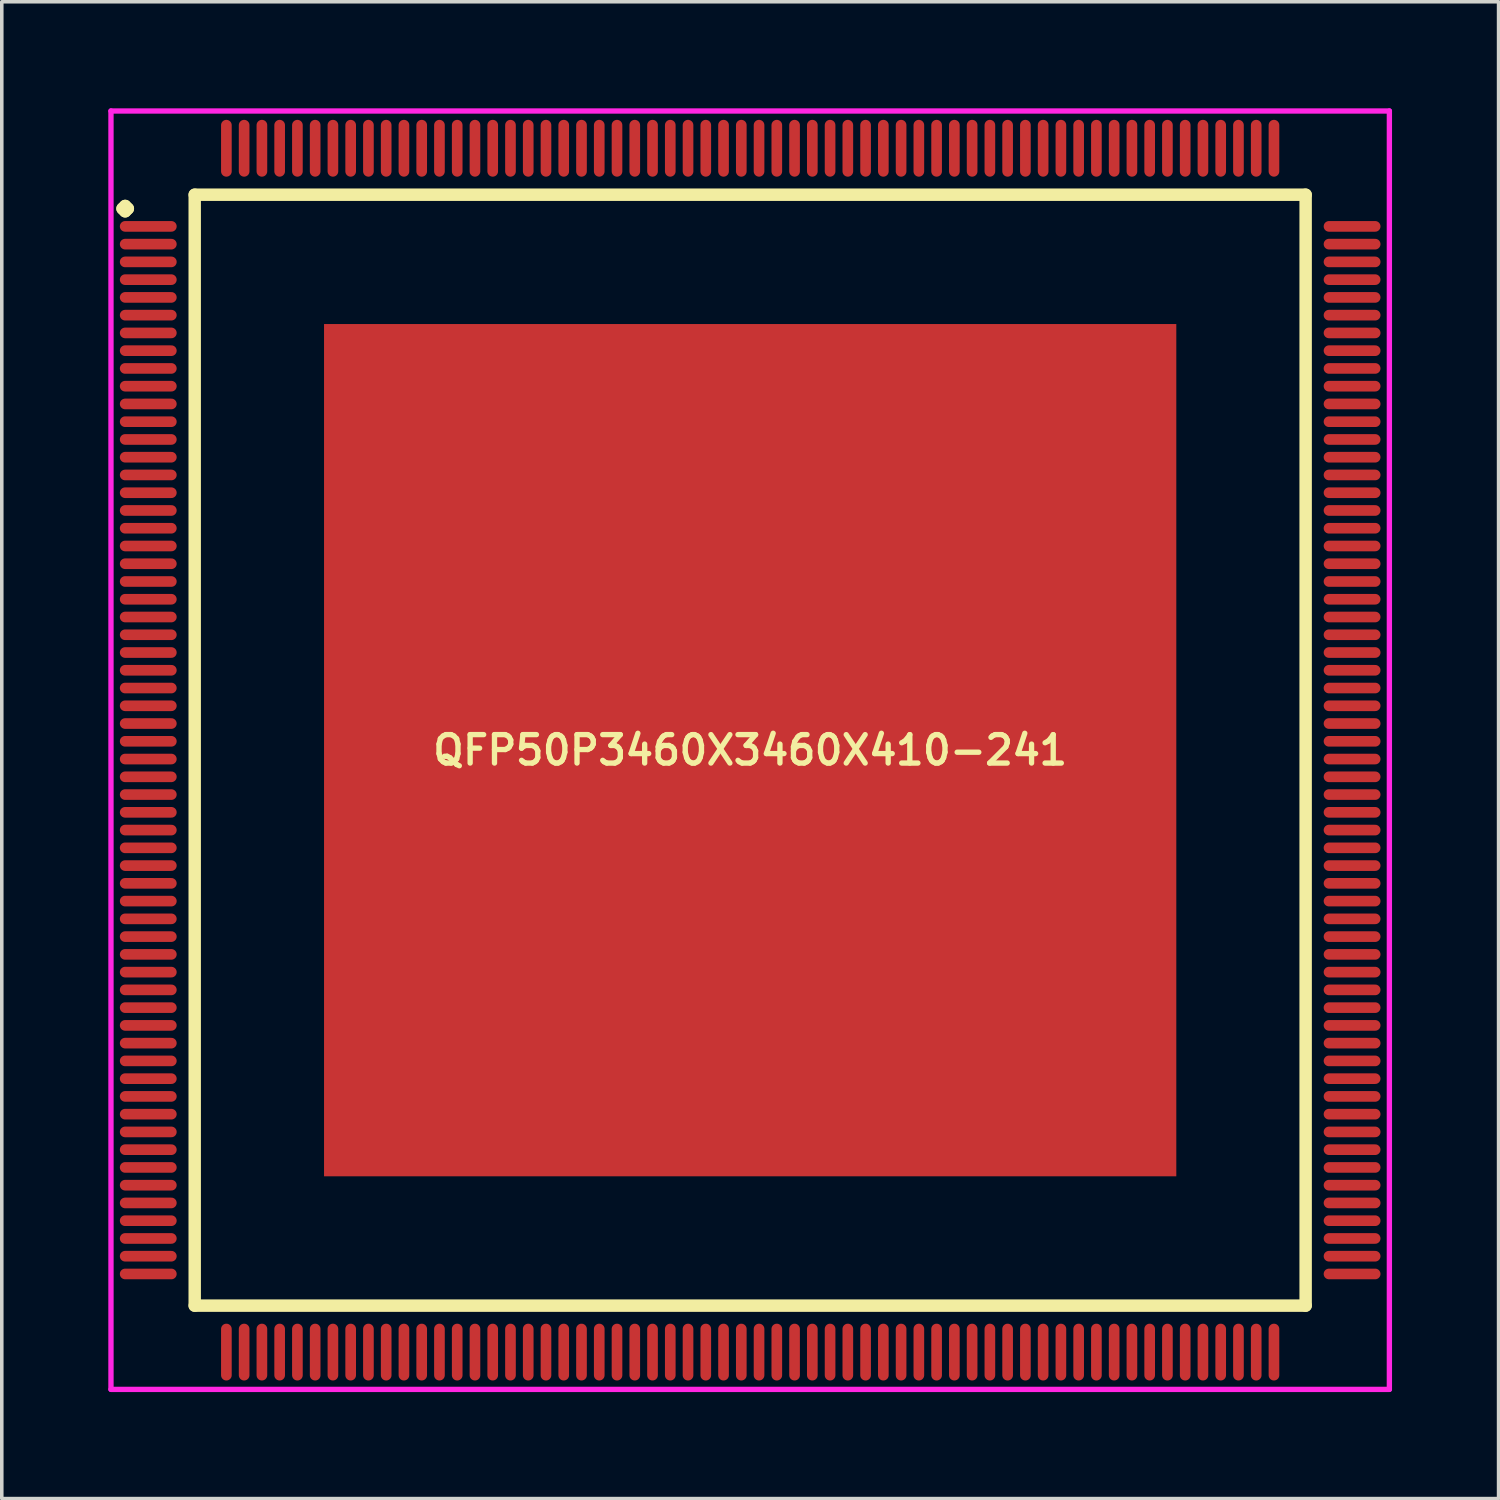
<source format=kicad_pcb>
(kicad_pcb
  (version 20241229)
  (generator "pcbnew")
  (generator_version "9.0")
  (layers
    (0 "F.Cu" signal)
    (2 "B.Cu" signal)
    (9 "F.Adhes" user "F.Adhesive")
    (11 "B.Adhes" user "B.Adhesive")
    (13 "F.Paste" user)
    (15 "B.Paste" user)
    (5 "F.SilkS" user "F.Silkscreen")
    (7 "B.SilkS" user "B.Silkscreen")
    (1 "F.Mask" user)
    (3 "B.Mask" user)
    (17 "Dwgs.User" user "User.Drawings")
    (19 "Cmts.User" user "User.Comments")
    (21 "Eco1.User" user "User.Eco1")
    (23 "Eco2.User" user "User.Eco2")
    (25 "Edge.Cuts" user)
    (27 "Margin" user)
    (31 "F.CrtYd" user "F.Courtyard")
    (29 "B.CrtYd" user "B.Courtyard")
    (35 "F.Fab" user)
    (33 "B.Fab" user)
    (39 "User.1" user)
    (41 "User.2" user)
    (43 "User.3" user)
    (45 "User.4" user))
  (footprint "QFP50P3460X3460X410-241"
    (layer "F.Cu")
    (at 18.075 18.075)
    (property "Reference" "QFP50P3460X3460X410-241" (at 0 0 0) (layer "F.SilkS") (effects (font (size 0.8 0.8) (thickness 0.15))))
    (attr smd)
    (fp_line (start -17.675 -15.25) (end -17.6 -15.325) (stroke (width 0.35) (type solid)) (layer "F.SilkS"))
    (fp_line (start -17.6 -15.325) (end -17.525 -15.25) (stroke (width 0.35) (type solid)) (layer "F.SilkS"))
    (fp_line (start -17.6 -15.175) (end -17.675 -15.25) (stroke (width 0.35) (type solid)) (layer "F.SilkS"))
    (fp_line (start -17.525 -15.25) (end -17.6 -15.175) (stroke (width 0.35) (type solid)) (layer "F.SilkS"))
    (fp_line (start -15.642 -15.642) (end -15.642 15.642) (stroke (width 0.35) (type solid)) (layer "F.SilkS"))
    (fp_line (start -15.642 15.642) (end 15.642 15.642) (stroke (width 0.35) (type solid)) (layer "F.SilkS"))
    (fp_line (start 15.642 -15.642) (end -15.642 -15.642) (stroke (width 0.35) (type solid)) (layer "F.SilkS"))
    (fp_line (start 15.642 15.642) (end 15.642 -15.642) (stroke (width 0.35) (type solid)) (layer "F.SilkS"))
    (fp_line (start -18 -18) (end 18 -18) (stroke (width 0.15) (type solid)) (layer "F.CrtYd"))
    (fp_line (start -18 18) (end -18 -18) (stroke (width 0.15) (type solid)) (layer "F.CrtYd"))
    (fp_line (start 18 -18) (end 18 18) (stroke (width 0.15) (type solid)) (layer "F.CrtYd"))
    (fp_line (start 18 18) (end -18 18) (stroke (width 0.15) (type solid)) (layer "F.CrtYd"))
    (pad "1" smd oval (at -16.95 -14.75) (size 1.6 0.3) (layers "F.Cu" "F.Mask" "F.Paste"))
    (pad "2" smd oval (at -16.95 -14.25) (size 1.6 0.3) (layers "F.Cu" "F.Mask" "F.Paste"))
    (pad "3" smd oval (at -16.95 -13.75) (size 1.6 0.3) (layers "F.Cu" "F.Mask" "F.Paste"))
    (pad "4" smd oval (at -16.95 -13.25) (size 1.6 0.3) (layers "F.Cu" "F.Mask" "F.Paste"))
    (pad "5" smd oval (at -16.95 -12.75) (size 1.6 0.3) (layers "F.Cu" "F.Mask" "F.Paste"))
    (pad "6" smd oval (at -16.95 -12.25) (size 1.6 0.3) (layers "F.Cu" "F.Mask" "F.Paste"))
    (pad "7" smd oval (at -16.95 -11.75) (size 1.6 0.3) (layers "F.Cu" "F.Mask" "F.Paste"))
    (pad "8" smd oval (at -16.95 -11.25) (size 1.6 0.3) (layers "F.Cu" "F.Mask" "F.Paste"))
    (pad "9" smd oval (at -16.95 -10.75) (size 1.6 0.3) (layers "F.Cu" "F.Mask" "F.Paste"))
    (pad "10" smd oval (at -16.95 -10.25) (size 1.6 0.3) (layers "F.Cu" "F.Mask" "F.Paste"))
    (pad "11" smd oval (at -16.95 -9.75) (size 1.6 0.3) (layers "F.Cu" "F.Mask" "F.Paste"))
    (pad "12" smd oval (at -16.95 -9.25) (size 1.6 0.3) (layers "F.Cu" "F.Mask" "F.Paste"))
    (pad "13" smd oval (at -16.95 -8.75) (size 1.6 0.3) (layers "F.Cu" "F.Mask" "F.Paste"))
    (pad "14" smd oval (at -16.95 -8.25) (size 1.6 0.3) (layers "F.Cu" "F.Mask" "F.Paste"))
    (pad "15" smd oval (at -16.95 -7.75) (size 1.6 0.3) (layers "F.Cu" "F.Mask" "F.Paste"))
    (pad "16" smd oval (at -16.95 -7.25) (size 1.6 0.3) (layers "F.Cu" "F.Mask" "F.Paste"))
    (pad "17" smd oval (at -16.95 -6.75) (size 1.6 0.3) (layers "F.Cu" "F.Mask" "F.Paste"))
    (pad "18" smd oval (at -16.95 -6.25) (size 1.6 0.3) (layers "F.Cu" "F.Mask" "F.Paste"))
    (pad "19" smd oval (at -16.95 -5.75) (size 1.6 0.3) (layers "F.Cu" "F.Mask" "F.Paste"))
    (pad "20" smd oval (at -16.95 -5.25) (size 1.6 0.3) (layers "F.Cu" "F.Mask" "F.Paste"))
    (pad "21" smd oval (at -16.95 -4.75) (size 1.6 0.3) (layers "F.Cu" "F.Mask" "F.Paste"))
    (pad "22" smd oval (at -16.95 -4.25) (size 1.6 0.3) (layers "F.Cu" "F.Mask" "F.Paste"))
    (pad "23" smd oval (at -16.95 -3.75) (size 1.6 0.3) (layers "F.Cu" "F.Mask" "F.Paste"))
    (pad "24" smd oval (at -16.95 -3.25) (size 1.6 0.3) (layers "F.Cu" "F.Mask" "F.Paste"))
    (pad "25" smd oval (at -16.95 -2.75) (size 1.6 0.3) (layers "F.Cu" "F.Mask" "F.Paste"))
    (pad "26" smd oval (at -16.95 -2.25) (size 1.6 0.3) (layers "F.Cu" "F.Mask" "F.Paste"))
    (pad "27" smd oval (at -16.95 -1.75) (size 1.6 0.3) (layers "F.Cu" "F.Mask" "F.Paste"))
    (pad "28" smd oval (at -16.95 -1.25) (size 1.6 0.3) (layers "F.Cu" "F.Mask" "F.Paste"))
    (pad "29" smd oval (at -16.95 -0.75) (size 1.6 0.3) (layers "F.Cu" "F.Mask" "F.Paste"))
    (pad "30" smd oval (at -16.95 -0.25) (size 1.6 0.3) (layers "F.Cu" "F.Mask" "F.Paste"))
    (pad "31" smd oval (at -16.95 0.25) (size 1.6 0.3) (layers "F.Cu" "F.Mask" "F.Paste"))
    (pad "32" smd oval (at -16.95 0.75) (size 1.6 0.3) (layers "F.Cu" "F.Mask" "F.Paste"))
    (pad "33" smd oval (at -16.95 1.25) (size 1.6 0.3) (layers "F.Cu" "F.Mask" "F.Paste"))
    (pad "34" smd oval (at -16.95 1.75) (size 1.6 0.3) (layers "F.Cu" "F.Mask" "F.Paste"))
    (pad "35" smd oval (at -16.95 2.25) (size 1.6 0.3) (layers "F.Cu" "F.Mask" "F.Paste"))
    (pad "36" smd oval (at -16.95 2.75) (size 1.6 0.3) (layers "F.Cu" "F.Mask" "F.Paste"))
    (pad "37" smd oval (at -16.95 3.25) (size 1.6 0.3) (layers "F.Cu" "F.Mask" "F.Paste"))
    (pad "38" smd oval (at -16.95 3.75) (size 1.6 0.3) (layers "F.Cu" "F.Mask" "F.Paste"))
    (pad "39" smd oval (at -16.95 4.25) (size 1.6 0.3) (layers "F.Cu" "F.Mask" "F.Paste"))
    (pad "40" smd oval (at -16.95 4.75) (size 1.6 0.3) (layers "F.Cu" "F.Mask" "F.Paste"))
    (pad "41" smd oval (at -16.95 5.25) (size 1.6 0.3) (layers "F.Cu" "F.Mask" "F.Paste"))
    (pad "42" smd oval (at -16.95 5.75) (size 1.6 0.3) (layers "F.Cu" "F.Mask" "F.Paste"))
    (pad "43" smd oval (at -16.95 6.25) (size 1.6 0.3) (layers "F.Cu" "F.Mask" "F.Paste"))
    (pad "44" smd oval (at -16.95 6.75) (size 1.6 0.3) (layers "F.Cu" "F.Mask" "F.Paste"))
    (pad "45" smd oval (at -16.95 7.25) (size 1.6 0.3) (layers "F.Cu" "F.Mask" "F.Paste"))
    (pad "46" smd oval (at -16.95 7.75) (size 1.6 0.3) (layers "F.Cu" "F.Mask" "F.Paste"))
    (pad "47" smd oval (at -16.95 8.25) (size 1.6 0.3) (layers "F.Cu" "F.Mask" "F.Paste"))
    (pad "48" smd oval (at -16.95 8.75) (size 1.6 0.3) (layers "F.Cu" "F.Mask" "F.Paste"))
    (pad "49" smd oval (at -16.95 9.25) (size 1.6 0.3) (layers "F.Cu" "F.Mask" "F.Paste"))
    (pad "50" smd oval (at -16.95 9.75) (size 1.6 0.3) (layers "F.Cu" "F.Mask" "F.Paste"))
    (pad "51" smd oval (at -16.95 10.25) (size 1.6 0.3) (layers "F.Cu" "F.Mask" "F.Paste"))
    (pad "52" smd oval (at -16.95 10.75) (size 1.6 0.3) (layers "F.Cu" "F.Mask" "F.Paste"))
    (pad "53" smd oval (at -16.95 11.25) (size 1.6 0.3) (layers "F.Cu" "F.Mask" "F.Paste"))
    (pad "54" smd oval (at -16.95 11.75) (size 1.6 0.3) (layers "F.Cu" "F.Mask" "F.Paste"))
    (pad "55" smd oval (at -16.95 12.25) (size 1.6 0.3) (layers "F.Cu" "F.Mask" "F.Paste"))
    (pad "56" smd oval (at -16.95 12.75) (size 1.6 0.3) (layers "F.Cu" "F.Mask" "F.Paste"))
    (pad "57" smd oval (at -16.95 13.25) (size 1.6 0.3) (layers "F.Cu" "F.Mask" "F.Paste"))
    (pad "58" smd oval (at -16.95 13.75) (size 1.6 0.3) (layers "F.Cu" "F.Mask" "F.Paste"))
    (pad "59" smd oval (at -16.95 14.25) (size 1.6 0.3) (layers "F.Cu" "F.Mask" "F.Paste"))
    (pad "60" smd oval (at -16.95 14.75) (size 1.6 0.3) (layers "F.Cu" "F.Mask" "F.Paste"))
    (pad "61" smd oval (at -14.75 16.95) (size 0.3 1.6) (layers "F.Cu" "F.Mask" "F.Paste"))
    (pad "62" smd oval (at -14.25 16.95) (size 0.3 1.6) (layers "F.Cu" "F.Mask" "F.Paste"))
    (pad "63" smd oval (at -13.75 16.95) (size 0.3 1.6) (layers "F.Cu" "F.Mask" "F.Paste"))
    (pad "64" smd oval (at -13.25 16.95) (size 0.3 1.6) (layers "F.Cu" "F.Mask" "F.Paste"))
    (pad "65" smd oval (at -12.75 16.95) (size 0.3 1.6) (layers "F.Cu" "F.Mask" "F.Paste"))
    (pad "66" smd oval (at -12.25 16.95) (size 0.3 1.6) (layers "F.Cu" "F.Mask" "F.Paste"))
    (pad "67" smd oval (at -11.75 16.95) (size 0.3 1.6) (layers "F.Cu" "F.Mask" "F.Paste"))
    (pad "68" smd oval (at -11.25 16.95) (size 0.3 1.6) (layers "F.Cu" "F.Mask" "F.Paste"))
    (pad "69" smd oval (at -10.75 16.95) (size 0.3 1.6) (layers "F.Cu" "F.Mask" "F.Paste"))
    (pad "70" smd oval (at -10.25 16.95) (size 0.3 1.6) (layers "F.Cu" "F.Mask" "F.Paste"))
    (pad "71" smd oval (at -9.75 16.95) (size 0.3 1.6) (layers "F.Cu" "F.Mask" "F.Paste"))
    (pad "72" smd oval (at -9.25 16.95) (size 0.3 1.6) (layers "F.Cu" "F.Mask" "F.Paste"))
    (pad "73" smd oval (at -8.75 16.95) (size 0.3 1.6) (layers "F.Cu" "F.Mask" "F.Paste"))
    (pad "74" smd oval (at -8.25 16.95) (size 0.3 1.6) (layers "F.Cu" "F.Mask" "F.Paste"))
    (pad "75" smd oval (at -7.75 16.95) (size 0.3 1.6) (layers "F.Cu" "F.Mask" "F.Paste"))
    (pad "76" smd oval (at -7.25 16.95) (size 0.3 1.6) (layers "F.Cu" "F.Mask" "F.Paste"))
    (pad "77" smd oval (at -6.75 16.95) (size 0.3 1.6) (layers "F.Cu" "F.Mask" "F.Paste"))
    (pad "78" smd oval (at -6.25 16.95) (size 0.3 1.6) (layers "F.Cu" "F.Mask" "F.Paste"))
    (pad "79" smd oval (at -5.75 16.95) (size 0.3 1.6) (layers "F.Cu" "F.Mask" "F.Paste"))
    (pad "80" smd oval (at -5.25 16.95) (size 0.3 1.6) (layers "F.Cu" "F.Mask" "F.Paste"))
    (pad "81" smd oval (at -4.75 16.95) (size 0.3 1.6) (layers "F.Cu" "F.Mask" "F.Paste"))
    (pad "82" smd oval (at -4.25 16.95) (size 0.3 1.6) (layers "F.Cu" "F.Mask" "F.Paste"))
    (pad "83" smd oval (at -3.75 16.95) (size 0.3 1.6) (layers "F.Cu" "F.Mask" "F.Paste"))
    (pad "84" smd oval (at -3.25 16.95) (size 0.3 1.6) (layers "F.Cu" "F.Mask" "F.Paste"))
    (pad "85" smd oval (at -2.75 16.95) (size 0.3 1.6) (layers "F.Cu" "F.Mask" "F.Paste"))
    (pad "86" smd oval (at -2.25 16.95) (size 0.3 1.6) (layers "F.Cu" "F.Mask" "F.Paste"))
    (pad "87" smd oval (at -1.75 16.95) (size 0.3 1.6) (layers "F.Cu" "F.Mask" "F.Paste"))
    (pad "88" smd oval (at -1.25 16.95) (size 0.3 1.6) (layers "F.Cu" "F.Mask" "F.Paste"))
    (pad "89" smd oval (at -0.75 16.95) (size 0.3 1.6) (layers "F.Cu" "F.Mask" "F.Paste"))
    (pad "90" smd oval (at -0.25 16.95) (size 0.3 1.6) (layers "F.Cu" "F.Mask" "F.Paste"))
    (pad "91" smd oval (at 0.25 16.95) (size 0.3 1.6) (layers "F.Cu" "F.Mask" "F.Paste"))
    (pad "92" smd oval (at 0.75 16.95) (size 0.3 1.6) (layers "F.Cu" "F.Mask" "F.Paste"))
    (pad "93" smd oval (at 1.25 16.95) (size 0.3 1.6) (layers "F.Cu" "F.Mask" "F.Paste"))
    (pad "94" smd oval (at 1.75 16.95) (size 0.3 1.6) (layers "F.Cu" "F.Mask" "F.Paste"))
    (pad "95" smd oval (at 2.25 16.95) (size 0.3 1.6) (layers "F.Cu" "F.Mask" "F.Paste"))
    (pad "96" smd oval (at 2.75 16.95) (size 0.3 1.6) (layers "F.Cu" "F.Mask" "F.Paste"))
    (pad "97" smd oval (at 3.25 16.95) (size 0.3 1.6) (layers "F.Cu" "F.Mask" "F.Paste"))
    (pad "98" smd oval (at 3.75 16.95) (size 0.3 1.6) (layers "F.Cu" "F.Mask" "F.Paste"))
    (pad "99" smd oval (at 4.25 16.95) (size 0.3 1.6) (layers "F.Cu" "F.Mask" "F.Paste"))
    (pad "100" smd oval (at 4.75 16.95) (size 0.3 1.6) (layers "F.Cu" "F.Mask" "F.Paste"))
    (pad "101" smd oval (at 5.25 16.95) (size 0.3 1.6) (layers "F.Cu" "F.Mask" "F.Paste"))
    (pad "102" smd oval (at 5.75 16.95) (size 0.3 1.6) (layers "F.Cu" "F.Mask" "F.Paste"))
    (pad "103" smd oval (at 6.25 16.95) (size 0.3 1.6) (layers "F.Cu" "F.Mask" "F.Paste"))
    (pad "104" smd oval (at 6.75 16.95) (size 0.3 1.6) (layers "F.Cu" "F.Mask" "F.Paste"))
    (pad "105" smd oval (at 7.25 16.95) (size 0.3 1.6) (layers "F.Cu" "F.Mask" "F.Paste"))
    (pad "106" smd oval (at 7.75 16.95) (size 0.3 1.6) (layers "F.Cu" "F.Mask" "F.Paste"))
    (pad "107" smd oval (at 8.25 16.95) (size 0.3 1.6) (layers "F.Cu" "F.Mask" "F.Paste"))
    (pad "108" smd oval (at 8.75 16.95) (size 0.3 1.6) (layers "F.Cu" "F.Mask" "F.Paste"))
    (pad "109" smd oval (at 9.25 16.95) (size 0.3 1.6) (layers "F.Cu" "F.Mask" "F.Paste"))
    (pad "110" smd oval (at 9.75 16.95) (size 0.3 1.6) (layers "F.Cu" "F.Mask" "F.Paste"))
    (pad "111" smd oval (at 10.25 16.95) (size 0.3 1.6) (layers "F.Cu" "F.Mask" "F.Paste"))
    (pad "112" smd oval (at 10.75 16.95) (size 0.3 1.6) (layers "F.Cu" "F.Mask" "F.Paste"))
    (pad "113" smd oval (at 11.25 16.95) (size 0.3 1.6) (layers "F.Cu" "F.Mask" "F.Paste"))
    (pad "114" smd oval (at 11.75 16.95) (size 0.3 1.6) (layers "F.Cu" "F.Mask" "F.Paste"))
    (pad "115" smd oval (at 12.25 16.95) (size 0.3 1.6) (layers "F.Cu" "F.Mask" "F.Paste"))
    (pad "116" smd oval (at 12.75 16.95) (size 0.3 1.6) (layers "F.Cu" "F.Mask" "F.Paste"))
    (pad "117" smd oval (at 13.25 16.95) (size 0.3 1.6) (layers "F.Cu" "F.Mask" "F.Paste"))
    (pad "118" smd oval (at 13.75 16.95) (size 0.3 1.6) (layers "F.Cu" "F.Mask" "F.Paste"))
    (pad "119" smd oval (at 14.25 16.95) (size 0.3 1.6) (layers "F.Cu" "F.Mask" "F.Paste"))
    (pad "120" smd oval (at 14.75 16.95) (size 0.3 1.6) (layers "F.Cu" "F.Mask" "F.Paste"))
    (pad "121" smd oval (at 16.95 14.75) (size 1.6 0.3) (layers "F.Cu" "F.Mask" "F.Paste"))
    (pad "122" smd oval (at 16.95 14.25) (size 1.6 0.3) (layers "F.Cu" "F.Mask" "F.Paste"))
    (pad "123" smd oval (at 16.95 13.75) (size 1.6 0.3) (layers "F.Cu" "F.Mask" "F.Paste"))
    (pad "124" smd oval (at 16.95 13.25) (size 1.6 0.3) (layers "F.Cu" "F.Mask" "F.Paste"))
    (pad "125" smd oval (at 16.95 12.75) (size 1.6 0.3) (layers "F.Cu" "F.Mask" "F.Paste"))
    (pad "126" smd oval (at 16.95 12.25) (size 1.6 0.3) (layers "F.Cu" "F.Mask" "F.Paste"))
    (pad "127" smd oval (at 16.95 11.75) (size 1.6 0.3) (layers "F.Cu" "F.Mask" "F.Paste"))
    (pad "128" smd oval (at 16.95 11.25) (size 1.6 0.3) (layers "F.Cu" "F.Mask" "F.Paste"))
    (pad "129" smd oval (at 16.95 10.75) (size 1.6 0.3) (layers "F.Cu" "F.Mask" "F.Paste"))
    (pad "130" smd oval (at 16.95 10.25) (size 1.6 0.3) (layers "F.Cu" "F.Mask" "F.Paste"))
    (pad "131" smd oval (at 16.95 9.75) (size 1.6 0.3) (layers "F.Cu" "F.Mask" "F.Paste"))
    (pad "132" smd oval (at 16.95 9.25) (size 1.6 0.3) (layers "F.Cu" "F.Mask" "F.Paste"))
    (pad "133" smd oval (at 16.95 8.75) (size 1.6 0.3) (layers "F.Cu" "F.Mask" "F.Paste"))
    (pad "134" smd oval (at 16.95 8.25) (size 1.6 0.3) (layers "F.Cu" "F.Mask" "F.Paste"))
    (pad "135" smd oval (at 16.95 7.75) (size 1.6 0.3) (layers "F.Cu" "F.Mask" "F.Paste"))
    (pad "136" smd oval (at 16.95 7.25) (size 1.6 0.3) (layers "F.Cu" "F.Mask" "F.Paste"))
    (pad "137" smd oval (at 16.95 6.75) (size 1.6 0.3) (layers "F.Cu" "F.Mask" "F.Paste"))
    (pad "138" smd oval (at 16.95 6.25) (size 1.6 0.3) (layers "F.Cu" "F.Mask" "F.Paste"))
    (pad "139" smd oval (at 16.95 5.75) (size 1.6 0.3) (layers "F.Cu" "F.Mask" "F.Paste"))
    (pad "140" smd oval (at 16.95 5.25) (size 1.6 0.3) (layers "F.Cu" "F.Mask" "F.Paste"))
    (pad "141" smd oval (at 16.95 4.75) (size 1.6 0.3) (layers "F.Cu" "F.Mask" "F.Paste"))
    (pad "142" smd oval (at 16.95 4.25) (size 1.6 0.3) (layers "F.Cu" "F.Mask" "F.Paste"))
    (pad "143" smd oval (at 16.95 3.75) (size 1.6 0.3) (layers "F.Cu" "F.Mask" "F.Paste"))
    (pad "144" smd oval (at 16.95 3.25) (size 1.6 0.3) (layers "F.Cu" "F.Mask" "F.Paste"))
    (pad "145" smd oval (at 16.95 2.75) (size 1.6 0.3) (layers "F.Cu" "F.Mask" "F.Paste"))
    (pad "146" smd oval (at 16.95 2.25) (size 1.6 0.3) (layers "F.Cu" "F.Mask" "F.Paste"))
    (pad "147" smd oval (at 16.95 1.75) (size 1.6 0.3) (layers "F.Cu" "F.Mask" "F.Paste"))
    (pad "148" smd oval (at 16.95 1.25) (size 1.6 0.3) (layers "F.Cu" "F.Mask" "F.Paste"))
    (pad "149" smd oval (at 16.95 0.75) (size 1.6 0.3) (layers "F.Cu" "F.Mask" "F.Paste"))
    (pad "150" smd oval (at 16.95 0.25) (size 1.6 0.3) (layers "F.Cu" "F.Mask" "F.Paste"))
    (pad "151" smd oval (at 16.95 -0.25) (size 1.6 0.3) (layers "F.Cu" "F.Mask" "F.Paste"))
    (pad "152" smd oval (at 16.95 -0.75) (size 1.6 0.3) (layers "F.Cu" "F.Mask" "F.Paste"))
    (pad "153" smd oval (at 16.95 -1.25) (size 1.6 0.3) (layers "F.Cu" "F.Mask" "F.Paste"))
    (pad "154" smd oval (at 16.95 -1.75) (size 1.6 0.3) (layers "F.Cu" "F.Mask" "F.Paste"))
    (pad "155" smd oval (at 16.95 -2.25) (size 1.6 0.3) (layers "F.Cu" "F.Mask" "F.Paste"))
    (pad "156" smd oval (at 16.95 -2.75) (size 1.6 0.3) (layers "F.Cu" "F.Mask" "F.Paste"))
    (pad "157" smd oval (at 16.95 -3.25) (size 1.6 0.3) (layers "F.Cu" "F.Mask" "F.Paste"))
    (pad "158" smd oval (at 16.95 -3.75) (size 1.6 0.3) (layers "F.Cu" "F.Mask" "F.Paste"))
    (pad "159" smd oval (at 16.95 -4.25) (size 1.6 0.3) (layers "F.Cu" "F.Mask" "F.Paste"))
    (pad "160" smd oval (at 16.95 -4.75) (size 1.6 0.3) (layers "F.Cu" "F.Mask" "F.Paste"))
    (pad "161" smd oval (at 16.95 -5.25) (size 1.6 0.3) (layers "F.Cu" "F.Mask" "F.Paste"))
    (pad "162" smd oval (at 16.95 -5.75) (size 1.6 0.3) (layers "F.Cu" "F.Mask" "F.Paste"))
    (pad "163" smd oval (at 16.95 -6.25) (size 1.6 0.3) (layers "F.Cu" "F.Mask" "F.Paste"))
    (pad "164" smd oval (at 16.95 -6.75) (size 1.6 0.3) (layers "F.Cu" "F.Mask" "F.Paste"))
    (pad "165" smd oval (at 16.95 -7.25) (size 1.6 0.3) (layers "F.Cu" "F.Mask" "F.Paste"))
    (pad "166" smd oval (at 16.95 -7.75) (size 1.6 0.3) (layers "F.Cu" "F.Mask" "F.Paste"))
    (pad "167" smd oval (at 16.95 -8.25) (size 1.6 0.3) (layers "F.Cu" "F.Mask" "F.Paste"))
    (pad "168" smd oval (at 16.95 -8.75) (size 1.6 0.3) (layers "F.Cu" "F.Mask" "F.Paste"))
    (pad "169" smd oval (at 16.95 -9.25) (size 1.6 0.3) (layers "F.Cu" "F.Mask" "F.Paste"))
    (pad "170" smd oval (at 16.95 -9.75) (size 1.6 0.3) (layers "F.Cu" "F.Mask" "F.Paste"))
    (pad "171" smd oval (at 16.95 -10.25) (size 1.6 0.3) (layers "F.Cu" "F.Mask" "F.Paste"))
    (pad "172" smd oval (at 16.95 -10.75) (size 1.6 0.3) (layers "F.Cu" "F.Mask" "F.Paste"))
    (pad "173" smd oval (at 16.95 -11.25) (size 1.6 0.3) (layers "F.Cu" "F.Mask" "F.Paste"))
    (pad "174" smd oval (at 16.95 -11.75) (size 1.6 0.3) (layers "F.Cu" "F.Mask" "F.Paste"))
    (pad "175" smd oval (at 16.95 -12.25) (size 1.6 0.3) (layers "F.Cu" "F.Mask" "F.Paste"))
    (pad "176" smd oval (at 16.95 -12.75) (size 1.6 0.3) (layers "F.Cu" "F.Mask" "F.Paste"))
    (pad "177" smd oval (at 16.95 -13.25) (size 1.6 0.3) (layers "F.Cu" "F.Mask" "F.Paste"))
    (pad "178" smd oval (at 16.95 -13.75) (size 1.6 0.3) (layers "F.Cu" "F.Mask" "F.Paste"))
    (pad "179" smd oval (at 16.95 -14.25) (size 1.6 0.3) (layers "F.Cu" "F.Mask" "F.Paste"))
    (pad "180" smd oval (at 16.95 -14.75) (size 1.6 0.3) (layers "F.Cu" "F.Mask" "F.Paste"))
    (pad "181" smd oval (at 14.75 -16.95) (size 0.3 1.6) (layers "F.Cu" "F.Mask" "F.Paste"))
    (pad "182" smd oval (at 14.25 -16.95) (size 0.3 1.6) (layers "F.Cu" "F.Mask" "F.Paste"))
    (pad "183" smd oval (at 13.75 -16.95) (size 0.3 1.6) (layers "F.Cu" "F.Mask" "F.Paste"))
    (pad "184" smd oval (at 13.25 -16.95) (size 0.3 1.6) (layers "F.Cu" "F.Mask" "F.Paste"))
    (pad "185" smd oval (at 12.75 -16.95) (size 0.3 1.6) (layers "F.Cu" "F.Mask" "F.Paste"))
    (pad "186" smd oval (at 12.25 -16.95) (size 0.3 1.6) (layers "F.Cu" "F.Mask" "F.Paste"))
    (pad "187" smd oval (at 11.75 -16.95) (size 0.3 1.6) (layers "F.Cu" "F.Mask" "F.Paste"))
    (pad "188" smd oval (at 11.25 -16.95) (size 0.3 1.6) (layers "F.Cu" "F.Mask" "F.Paste"))
    (pad "189" smd oval (at 10.75 -16.95) (size 0.3 1.6) (layers "F.Cu" "F.Mask" "F.Paste"))
    (pad "190" smd oval (at 10.25 -16.95) (size 0.3 1.6) (layers "F.Cu" "F.Mask" "F.Paste"))
    (pad "191" smd oval (at 9.75 -16.95) (size 0.3 1.6) (layers "F.Cu" "F.Mask" "F.Paste"))
    (pad "192" smd oval (at 9.25 -16.95) (size 0.3 1.6) (layers "F.Cu" "F.Mask" "F.Paste"))
    (pad "193" smd oval (at 8.75 -16.95) (size 0.3 1.6) (layers "F.Cu" "F.Mask" "F.Paste"))
    (pad "194" smd oval (at 8.25 -16.95) (size 0.3 1.6) (layers "F.Cu" "F.Mask" "F.Paste"))
    (pad "195" smd oval (at 7.75 -16.95) (size 0.3 1.6) (layers "F.Cu" "F.Mask" "F.Paste"))
    (pad "196" smd oval (at 7.25 -16.95) (size 0.3 1.6) (layers "F.Cu" "F.Mask" "F.Paste"))
    (pad "197" smd oval (at 6.75 -16.95) (size 0.3 1.6) (layers "F.Cu" "F.Mask" "F.Paste"))
    (pad "198" smd oval (at 6.25 -16.95) (size 0.3 1.6) (layers "F.Cu" "F.Mask" "F.Paste"))
    (pad "199" smd oval (at 5.75 -16.95) (size 0.3 1.6) (layers "F.Cu" "F.Mask" "F.Paste"))
    (pad "200" smd oval (at 5.25 -16.95) (size 0.3 1.6) (layers "F.Cu" "F.Mask" "F.Paste"))
    (pad "201" smd oval (at 4.75 -16.95) (size 0.3 1.6) (layers "F.Cu" "F.Mask" "F.Paste"))
    (pad "202" smd oval (at 4.25 -16.95) (size 0.3 1.6) (layers "F.Cu" "F.Mask" "F.Paste"))
    (pad "203" smd oval (at 3.75 -16.95) (size 0.3 1.6) (layers "F.Cu" "F.Mask" "F.Paste"))
    (pad "204" smd oval (at 3.25 -16.95) (size 0.3 1.6) (layers "F.Cu" "F.Mask" "F.Paste"))
    (pad "205" smd oval (at 2.75 -16.95) (size 0.3 1.6) (layers "F.Cu" "F.Mask" "F.Paste"))
    (pad "206" smd oval (at 2.25 -16.95) (size 0.3 1.6) (layers "F.Cu" "F.Mask" "F.Paste"))
    (pad "207" smd oval (at 1.75 -16.95) (size 0.3 1.6) (layers "F.Cu" "F.Mask" "F.Paste"))
    (pad "208" smd oval (at 1.25 -16.95) (size 0.3 1.6) (layers "F.Cu" "F.Mask" "F.Paste"))
    (pad "209" smd oval (at 0.75 -16.95) (size 0.3 1.6) (layers "F.Cu" "F.Mask" "F.Paste"))
    (pad "210" smd oval (at 0.25 -16.95) (size 0.3 1.6) (layers "F.Cu" "F.Mask" "F.Paste"))
    (pad "211" smd oval (at -0.25 -16.95) (size 0.3 1.6) (layers "F.Cu" "F.Mask" "F.Paste"))
    (pad "212" smd oval (at -0.75 -16.95) (size 0.3 1.6) (layers "F.Cu" "F.Mask" "F.Paste"))
    (pad "213" smd oval (at -1.25 -16.95) (size 0.3 1.6) (layers "F.Cu" "F.Mask" "F.Paste"))
    (pad "214" smd oval (at -1.75 -16.95) (size 0.3 1.6) (layers "F.Cu" "F.Mask" "F.Paste"))
    (pad "215" smd oval (at -2.25 -16.95) (size 0.3 1.6) (layers "F.Cu" "F.Mask" "F.Paste"))
    (pad "216" smd oval (at -2.75 -16.95) (size 0.3 1.6) (layers "F.Cu" "F.Mask" "F.Paste"))
    (pad "217" smd oval (at -3.25 -16.95) (size 0.3 1.6) (layers "F.Cu" "F.Mask" "F.Paste"))
    (pad "218" smd oval (at -3.75 -16.95) (size 0.3 1.6) (layers "F.Cu" "F.Mask" "F.Paste"))
    (pad "219" smd oval (at -4.25 -16.95) (size 0.3 1.6) (layers "F.Cu" "F.Mask" "F.Paste"))
    (pad "220" smd oval (at -4.75 -16.95) (size 0.3 1.6) (layers "F.Cu" "F.Mask" "F.Paste"))
    (pad "221" smd oval (at -5.25 -16.95) (size 0.3 1.6) (layers "F.Cu" "F.Mask" "F.Paste"))
    (pad "222" smd oval (at -5.75 -16.95) (size 0.3 1.6) (layers "F.Cu" "F.Mask" "F.Paste"))
    (pad "223" smd oval (at -6.25 -16.95) (size 0.3 1.6) (layers "F.Cu" "F.Mask" "F.Paste"))
    (pad "224" smd oval (at -6.75 -16.95) (size 0.3 1.6) (layers "F.Cu" "F.Mask" "F.Paste"))
    (pad "225" smd oval (at -7.25 -16.95) (size 0.3 1.6) (layers "F.Cu" "F.Mask" "F.Paste"))
    (pad "226" smd oval (at -7.75 -16.95) (size 0.3 1.6) (layers "F.Cu" "F.Mask" "F.Paste"))
    (pad "227" smd oval (at -8.25 -16.95) (size 0.3 1.6) (layers "F.Cu" "F.Mask" "F.Paste"))
    (pad "228" smd oval (at -8.75 -16.95) (size 0.3 1.6) (layers "F.Cu" "F.Mask" "F.Paste"))
    (pad "229" smd oval (at -9.25 -16.95) (size 0.3 1.6) (layers "F.Cu" "F.Mask" "F.Paste"))
    (pad "230" smd oval (at -9.75 -16.95) (size 0.3 1.6) (layers "F.Cu" "F.Mask" "F.Paste"))
    (pad "231" smd oval (at -10.25 -16.95) (size 0.3 1.6) (layers "F.Cu" "F.Mask" "F.Paste"))
    (pad "232" smd oval (at -10.75 -16.95) (size 0.3 1.6) (layers "F.Cu" "F.Mask" "F.Paste"))
    (pad "233" smd oval (at -11.25 -16.95) (size 0.3 1.6) (layers "F.Cu" "F.Mask" "F.Paste"))
    (pad "234" smd oval (at -11.75 -16.95) (size 0.3 1.6) (layers "F.Cu" "F.Mask" "F.Paste"))
    (pad "235" smd oval (at -12.25 -16.95) (size 0.3 1.6) (layers "F.Cu" "F.Mask" "F.Paste"))
    (pad "236" smd oval (at -12.75 -16.95) (size 0.3 1.6) (layers "F.Cu" "F.Mask" "F.Paste"))
    (pad "237" smd oval (at -13.25 -16.95) (size 0.3 1.6) (layers "F.Cu" "F.Mask" "F.Paste"))
    (pad "238" smd oval (at -13.75 -16.95) (size 0.3 1.6) (layers "F.Cu" "F.Mask" "F.Paste"))
    (pad "239" smd oval (at -14.25 -16.95) (size 0.3 1.6) (layers "F.Cu" "F.Mask" "F.Paste"))
    (pad "240" smd oval (at -14.75 -16.95) (size 0.3 1.6) (layers "F.Cu" "F.Mask" "F.Paste"))
    (pad "241" smd rect (at 0 0) (size 24 24) (layers "F.Cu" "F.Mask" "F.Paste")))
  (gr_rect
    (start -3 -3)
    (end 39.15 39.15)
    (stroke (width 0.1) (type default))
    (fill no)
    (layer "Edge.Cuts")))
</source>
